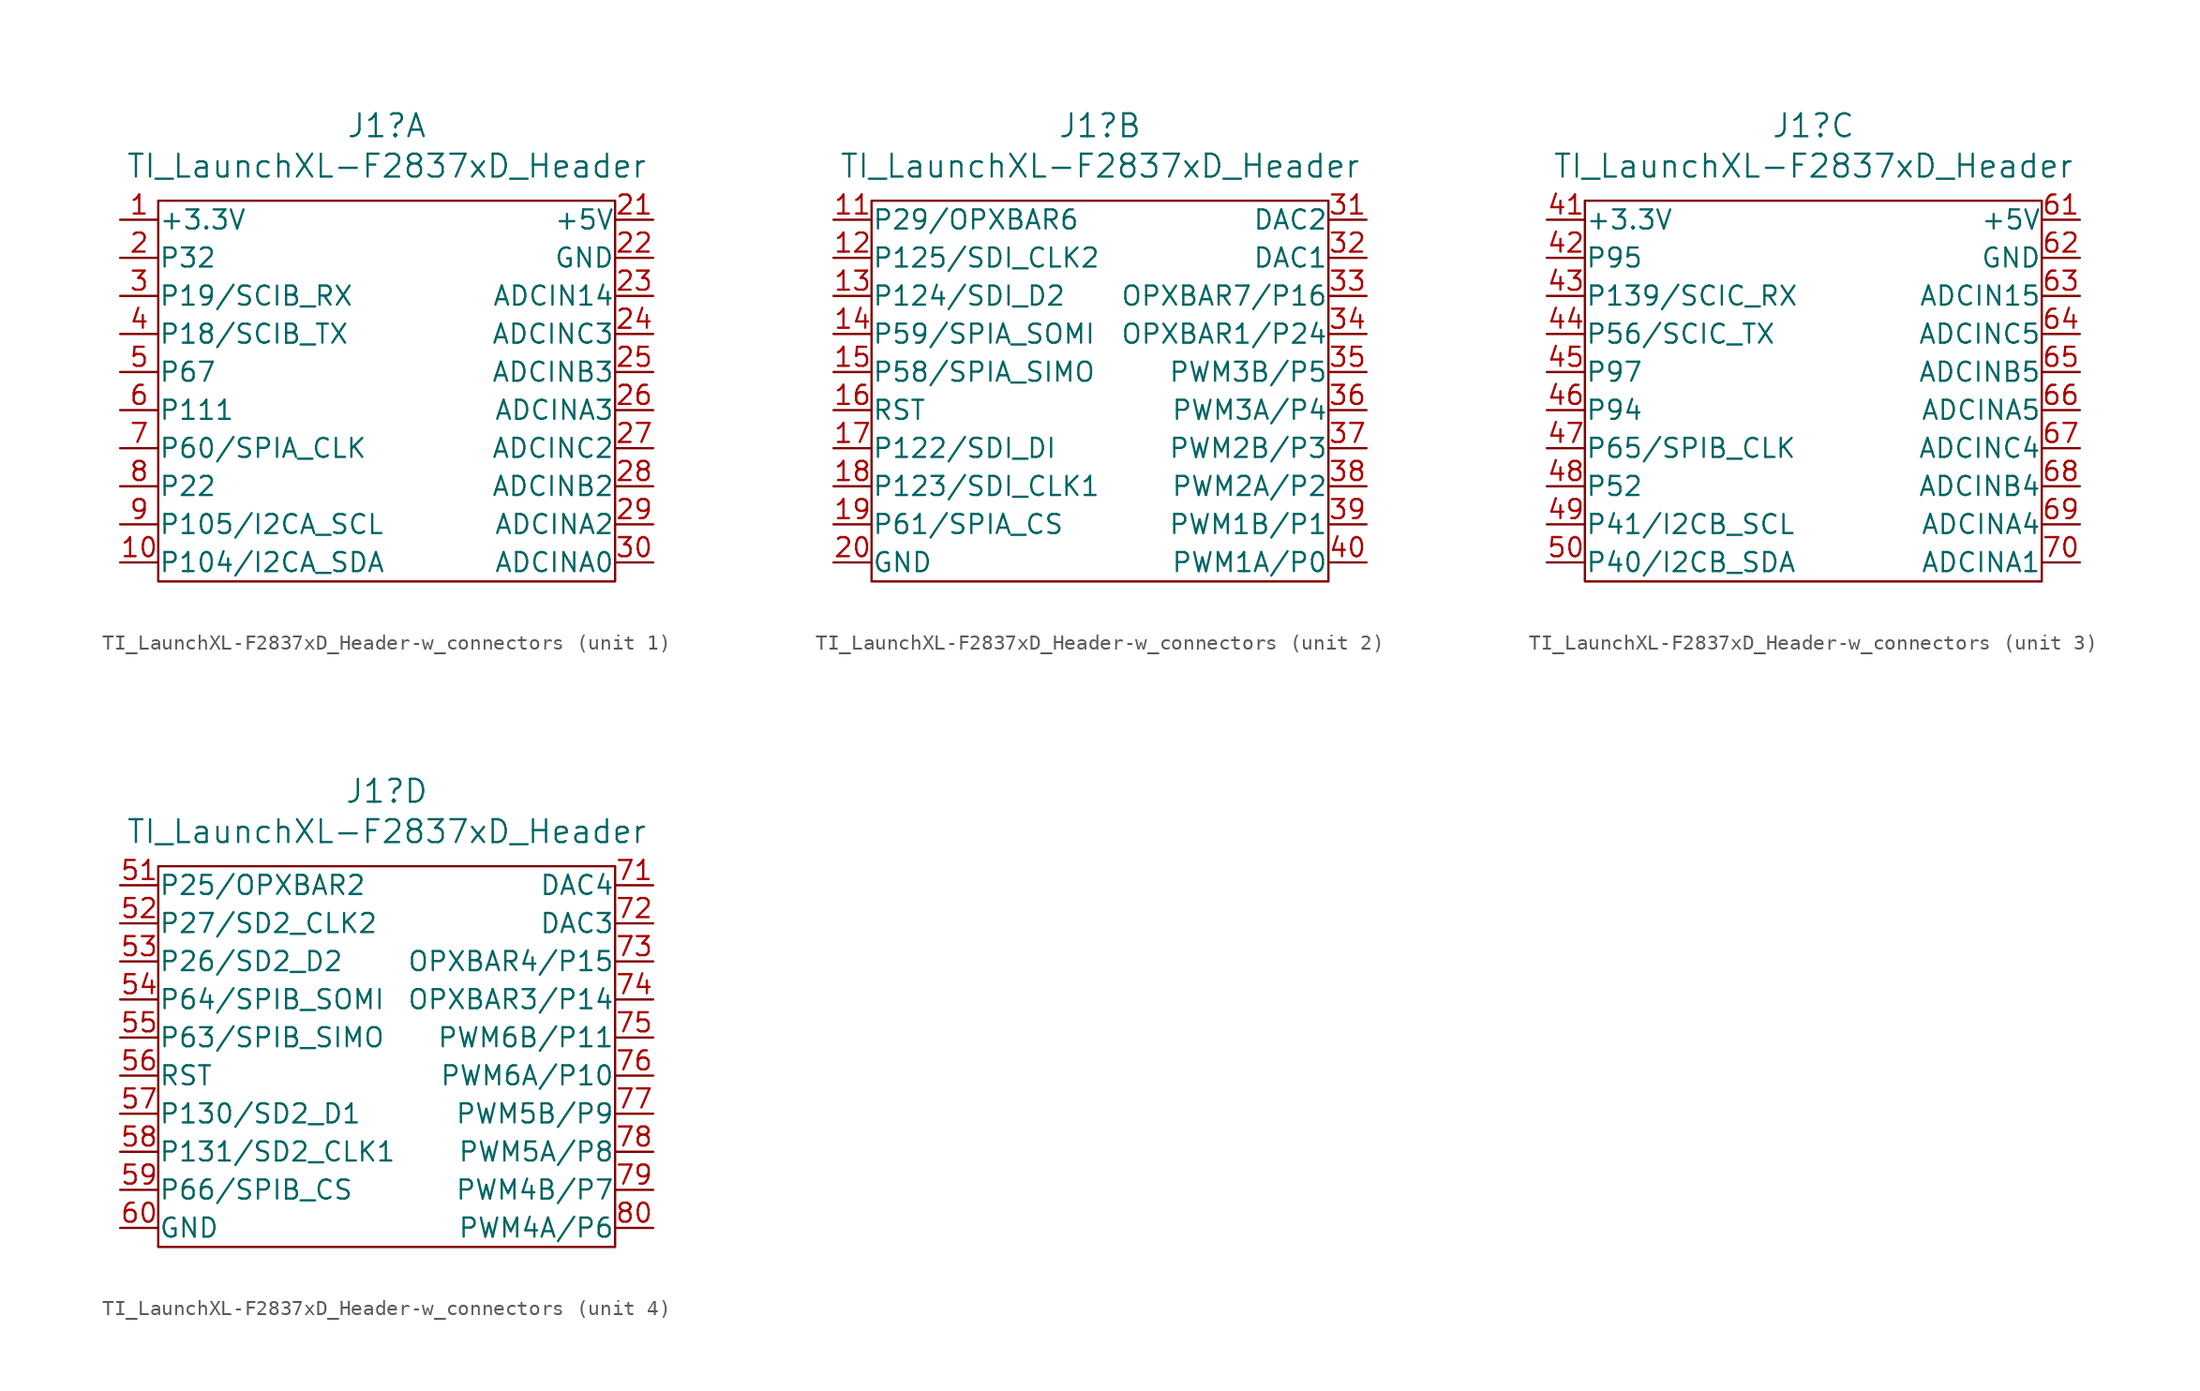
<source format=kicad_sym>
(kicad_symbol_lib
  (version 20220914)
  (generator kicad_symbol_editor)
  (symbol "TI_LaunchXL-F2837xD_Header-w_connectors"
    (pin_names
      (offset 0.025))
    (property "Reference" "J1"
      (at 0 17.704 0)
      (effects (font (size 1.524 1.524))))
    (property "Value" "TI_LaunchXL-F2837xD_Header"
      (at 0 15.011 0)
      (effects (font (size 1.524 1.524))))
    (property "Datasheet" ""
      (at 0 0 0)
      (effects (font (size 1.524 1.524))))
    (property "ki_locked" ""
      (at 0 0 0)
      (effects (font (size 1.27 1.27))))
    (symbol "TI_LaunchXL-F2837xD_Header-w_connectors_1_1"
      (rectangle (start 15.24 12.7) (end -15.24 -12.7) (stroke (width 0) (type solid)) (fill (type none)))
      (pin passive line (at -17.78 11.43 0) (length 2.54) (name "+3.3V" (effects (font (size 1.27 1.27)))) (number "1" (effects (font (size 1.27 1.27)))))
      (pin bidirectional line (at -17.78 -11.43 0) (length 2.54) (name "P104/I2CA_SDA" (effects (font (size 1.27 1.27)))) (number "10" (effects (font (size 1.27 1.27)))))
      (pin bidirectional line (at -17.78 8.89 0) (length 2.54) (name "P32" (effects (font (size 1.27 1.27)))) (number "2" (effects (font (size 1.27 1.27)))))
      (pin input line (at 17.78 11.43 180) (length 2.54) (name "+5V" (effects (font (size 1.27 1.27)))) (number "21" (effects (font (size 1.27 1.27)))))
      (pin input line (at 17.78 8.89 180) (length 2.54) (name "GND" (effects (font (size 1.27 1.27)))) (number "22" (effects (font (size 1.27 1.27)))))
      (pin input line (at 17.78 6.35 180) (length 2.54) (name "ADCIN14" (effects (font (size 1.27 1.27)))) (number "23" (effects (font (size 1.27 1.27)))))
      (pin input line (at 17.78 3.81 180) (length 2.54) (name "ADCINC3" (effects (font (size 1.27 1.27)))) (number "24" (effects (font (size 1.27 1.27)))))
      (pin input line (at 17.78 1.27 180) (length 2.54) (name "ADCINB3" (effects (font (size 1.27 1.27)))) (number "25" (effects (font (size 1.27 1.27)))))
      (pin input line (at 17.78 -1.27 180) (length 2.54) (name "ADCINA3" (effects (font (size 1.27 1.27)))) (number "26" (effects (font (size 1.27 1.27)))))
      (pin input line (at 17.78 -3.81 180) (length 2.54) (name "ADCINC2" (effects (font (size 1.27 1.27)))) (number "27" (effects (font (size 1.27 1.27)))))
      (pin input line (at 17.78 -6.35 180) (length 2.54) (name "ADCINB2" (effects (font (size 1.27 1.27)))) (number "28" (effects (font (size 1.27 1.27)))))
      (pin input line (at 17.78 -8.89 180) (length 2.54) (name "ADCINA2" (effects (font (size 1.27 1.27)))) (number "29" (effects (font (size 1.27 1.27)))))
      (pin bidirectional line (at -17.78 6.35 0) (length 2.54) (name "P19/SCIB_RX" (effects (font (size 1.27 1.27)))) (number "3" (effects (font (size 1.27 1.27)))))
      (pin input line (at 17.78 -11.43 180) (length 2.54) (name "ADCINA0" (effects (font (size 1.27 1.27)))) (number "30" (effects (font (size 1.27 1.27)))))
      (pin bidirectional line (at -17.78 3.81 0) (length 2.54) (name "P18/SCIB_TX" (effects (font (size 1.27 1.27)))) (number "4" (effects (font (size 1.27 1.27)))))
      (pin bidirectional line (at -17.78 1.27 0) (length 2.54) (name "P67" (effects (font (size 1.27 1.27)))) (number "5" (effects (font (size 1.27 1.27)))))
      (pin bidirectional line (at -17.78 -1.27 0) (length 2.54) (name "P111" (effects (font (size 1.27 1.27)))) (number "6" (effects (font (size 1.27 1.27)))))
      (pin bidirectional line (at -17.78 -3.81 0) (length 2.54) (name "P60/SPIA_CLK" (effects (font (size 1.27 1.27)))) (number "7" (effects (font (size 1.27 1.27)))))
      (pin bidirectional line (at -17.78 -6.35 0) (length 2.54) (name "P22" (effects (font (size 1.27 1.27)))) (number "8" (effects (font (size 1.27 1.27)))))
      (pin bidirectional line (at -17.78 -8.89 0) (length 2.54) (name "P105/I2CA_SCL" (effects (font (size 1.27 1.27)))) (number "9" (effects (font (size 1.27 1.27))))))
    (symbol "TI_LaunchXL-F2837xD_Header-w_connectors_2_1"
      (rectangle (start 15.24 12.7) (end -15.24 -12.7) (stroke (width 0) (type solid)) (fill (type none)))
      (pin passive line (at -17.78 11.43 0) (length 2.54) (name "P29/OPXBAR6" (effects (font (size 1.27 1.27)))) (number "11" (effects (font (size 1.27 1.27)))))
      (pin bidirectional line (at -17.78 8.89 0) (length 2.54) (name "P125/SDI_CLK2" (effects (font (size 1.27 1.27)))) (number "12" (effects (font (size 1.27 1.27)))))
      (pin bidirectional line (at -17.78 6.35 0) (length 2.54) (name "P124/SDI_D2" (effects (font (size 1.27 1.27)))) (number "13" (effects (font (size 1.27 1.27)))))
      (pin bidirectional line (at -17.78 3.81 0) (length 2.54) (name "P59/SPIA_SOMI" (effects (font (size 1.27 1.27)))) (number "14" (effects (font (size 1.27 1.27)))))
      (pin bidirectional line (at -17.78 1.27 0) (length 2.54) (name "P58/SPIA_SIMO" (effects (font (size 1.27 1.27)))) (number "15" (effects (font (size 1.27 1.27)))))
      (pin input line (at -17.78 -1.27 0) (length 2.54) (name "RST" (effects (font (size 1.27 1.27)))) (number "16" (effects (font (size 1.27 1.27)))))
      (pin bidirectional line (at -17.78 -3.81 0) (length 2.54) (name "P122/SDI_DI" (effects (font (size 1.27 1.27)))) (number "17" (effects (font (size 1.27 1.27)))))
      (pin bidirectional line (at -17.78 -6.35 0) (length 2.54) (name "P123/SDI_CLK1" (effects (font (size 1.27 1.27)))) (number "18" (effects (font (size 1.27 1.27)))))
      (pin bidirectional line (at -17.78 -8.89 0) (length 2.54) (name "P61/SPIA_CS" (effects (font (size 1.27 1.27)))) (number "19" (effects (font (size 1.27 1.27)))))
      (pin input line (at -17.78 -11.43 0) (length 2.54) (name "GND" (effects (font (size 1.27 1.27)))) (number "20" (effects (font (size 1.27 1.27)))))
      (pin output line (at 17.78 11.43 180) (length 2.54) (name "DAC2" (effects (font (size 1.27 1.27)))) (number "31" (effects (font (size 1.27 1.27)))))
      (pin output line (at 17.78 8.89 180) (length 2.54) (name "DAC1" (effects (font (size 1.27 1.27)))) (number "32" (effects (font (size 1.27 1.27)))))
      (pin bidirectional line (at 17.78 6.35 180) (length 2.54) (name "OPXBAR7/P16" (effects (font (size 1.27 1.27)))) (number "33" (effects (font (size 1.27 1.27)))))
      (pin bidirectional line (at 17.78 3.81 180) (length 2.54) (name "OPXBAR1/P24" (effects (font (size 1.27 1.27)))) (number "34" (effects (font (size 1.27 1.27)))))
      (pin bidirectional line (at 17.78 1.27 180) (length 2.54) (name "PWM3B/P5" (effects (font (size 1.27 1.27)))) (number "35" (effects (font (size 1.27 1.27)))))
      (pin bidirectional line (at 17.78 -1.27 180) (length 2.54) (name "PWM3A/P4" (effects (font (size 1.27 1.27)))) (number "36" (effects (font (size 1.27 1.27)))))
      (pin bidirectional line (at 17.78 -3.81 180) (length 2.54) (name "PWM2B/P3" (effects (font (size 1.27 1.27)))) (number "37" (effects (font (size 1.27 1.27)))))
      (pin bidirectional line (at 17.78 -6.35 180) (length 2.54) (name "PWM2A/P2" (effects (font (size 1.27 1.27)))) (number "38" (effects (font (size 1.27 1.27)))))
      (pin bidirectional line (at 17.78 -8.89 180) (length 2.54) (name "PWM1B/P1" (effects (font (size 1.27 1.27)))) (number "39" (effects (font (size 1.27 1.27)))))
      (pin bidirectional line (at 17.78 -11.43 180) (length 2.54) (name "PWM1A/P0" (effects (font (size 1.27 1.27)))) (number "40" (effects (font (size 1.27 1.27))))))
    (symbol "TI_LaunchXL-F2837xD_Header-w_connectors_3_1"
      (rectangle (start 15.24 12.7) (end -15.24 -12.7) (stroke (width 0) (type solid)) (fill (type none)))
      (pin passive line (at -17.78 11.43 0) (length 2.54) (name "+3.3V" (effects (font (size 1.27 1.27)))) (number "41" (effects (font (size 1.27 1.27)))))
      (pin bidirectional line (at -17.78 8.89 0) (length 2.54) (name "P95" (effects (font (size 1.27 1.27)))) (number "42" (effects (font (size 1.27 1.27)))))
      (pin bidirectional line (at -17.78 6.35 0) (length 2.54) (name "P139/SCIC_RX" (effects (font (size 1.27 1.27)))) (number "43" (effects (font (size 1.27 1.27)))))
      (pin bidirectional line (at -17.78 3.81 0) (length 2.54) (name "P56/SCIC_TX" (effects (font (size 1.27 1.27)))) (number "44" (effects (font (size 1.27 1.27)))))
      (pin bidirectional line (at -17.78 1.27 0) (length 2.54) (name "P97" (effects (font (size 1.27 1.27)))) (number "45" (effects (font (size 1.27 1.27)))))
      (pin bidirectional line (at -17.78 -1.27 0) (length 2.54) (name "P94" (effects (font (size 1.27 1.27)))) (number "46" (effects (font (size 1.27 1.27)))))
      (pin bidirectional line (at -17.78 -3.81 0) (length 2.54) (name "P65/SPIB_CLK" (effects (font (size 1.27 1.27)))) (number "47" (effects (font (size 1.27 1.27)))))
      (pin bidirectional line (at -17.78 -6.35 0) (length 2.54) (name "P52" (effects (font (size 1.27 1.27)))) (number "48" (effects (font (size 1.27 1.27)))))
      (pin bidirectional line (at -17.78 -8.89 0) (length 2.54) (name "P41/I2CB_SCL" (effects (font (size 1.27 1.27)))) (number "49" (effects (font (size 1.27 1.27)))))
      (pin bidirectional line (at -17.78 -11.43 0) (length 2.54) (name "P40/I2CB_SDA" (effects (font (size 1.27 1.27)))) (number "50" (effects (font (size 1.27 1.27)))))
      (pin input line (at 17.78 11.43 180) (length 2.54) (name "+5V" (effects (font (size 1.27 1.27)))) (number "61" (effects (font (size 1.27 1.27)))))
      (pin input line (at 17.78 8.89 180) (length 2.54) (name "GND" (effects (font (size 1.27 1.27)))) (number "62" (effects (font (size 1.27 1.27)))))
      (pin input line (at 17.78 6.35 180) (length 2.54) (name "ADCIN15" (effects (font (size 1.27 1.27)))) (number "63" (effects (font (size 1.27 1.27)))))
      (pin input line (at 17.78 3.81 180) (length 2.54) (name "ADCINC5" (effects (font (size 1.27 1.27)))) (number "64" (effects (font (size 1.27 1.27)))))
      (pin input line (at 17.78 1.27 180) (length 2.54) (name "ADCINB5" (effects (font (size 1.27 1.27)))) (number "65" (effects (font (size 1.27 1.27)))))
      (pin input line (at 17.78 -1.27 180) (length 2.54) (name "ADCINA5" (effects (font (size 1.27 1.27)))) (number "66" (effects (font (size 1.27 1.27)))))
      (pin input line (at 17.78 -3.81 180) (length 2.54) (name "ADCINC4" (effects (font (size 1.27 1.27)))) (number "67" (effects (font (size 1.27 1.27)))))
      (pin input line (at 17.78 -6.35 180) (length 2.54) (name "ADCINB4" (effects (font (size 1.27 1.27)))) (number "68" (effects (font (size 1.27 1.27)))))
      (pin input line (at 17.78 -8.89 180) (length 2.54) (name "ADCINA4" (effects (font (size 1.27 1.27)))) (number "69" (effects (font (size 1.27 1.27)))))
      (pin input line (at 17.78 -11.43 180) (length 2.54) (name "ADCINA1" (effects (font (size 1.27 1.27)))) (number "70" (effects (font (size 1.27 1.27))))))
    (symbol "TI_LaunchXL-F2837xD_Header-w_connectors_4_1"
      (rectangle (start 15.24 12.7) (end -15.24 -12.7) (stroke (width 0) (type solid)) (fill (type none)))
      (pin passive line (at -17.78 11.43 0) (length 2.54) (name "P25/OPXBAR2" (effects (font (size 1.27 1.27)))) (number "51" (effects (font (size 1.27 1.27)))))
      (pin bidirectional line (at -17.78 8.89 0) (length 2.54) (name "P27/SD2_CLK2" (effects (font (size 1.27 1.27)))) (number "52" (effects (font (size 1.27 1.27)))))
      (pin bidirectional line (at -17.78 6.35 0) (length 2.54) (name "P26/SD2_D2" (effects (font (size 1.27 1.27)))) (number "53" (effects (font (size 1.27 1.27)))))
      (pin bidirectional line (at -17.78 3.81 0) (length 2.54) (name "P64/SPIB_SOMI" (effects (font (size 1.27 1.27)))) (number "54" (effects (font (size 1.27 1.27)))))
      (pin bidirectional line (at -17.78 1.27 0) (length 2.54) (name "P63/SPIB_SIMO" (effects (font (size 1.27 1.27)))) (number "55" (effects (font (size 1.27 1.27)))))
      (pin input line (at -17.78 -1.27 0) (length 2.54) (name "RST" (effects (font (size 1.27 1.27)))) (number "56" (effects (font (size 1.27 1.27)))))
      (pin bidirectional line (at -17.78 -3.81 0) (length 2.54) (name "P130/SD2_D1" (effects (font (size 1.27 1.27)))) (number "57" (effects (font (size 1.27 1.27)))))
      (pin bidirectional line (at -17.78 -6.35 0) (length 2.54) (name "P131/SD2_CLK1" (effects (font (size 1.27 1.27)))) (number "58" (effects (font (size 1.27 1.27)))))
      (pin bidirectional line (at -17.78 -8.89 0) (length 2.54) (name "P66/SPIB_CS" (effects (font (size 1.27 1.27)))) (number "59" (effects (font (size 1.27 1.27)))))
      (pin input line (at -17.78 -11.43 0) (length 2.54) (name "GND" (effects (font (size 1.27 1.27)))) (number "60" (effects (font (size 1.27 1.27)))))
      (pin output line (at 17.78 11.43 180) (length 2.54) (name "DAC4" (effects (font (size 1.27 1.27)))) (number "71" (effects (font (size 1.27 1.27)))))
      (pin output line (at 17.78 8.89 180) (length 2.54) (name "DAC3" (effects (font (size 1.27 1.27)))) (number "72" (effects (font (size 1.27 1.27)))))
      (pin bidirectional line (at 17.78 6.35 180) (length 2.54) (name "OPXBAR4/P15" (effects (font (size 1.27 1.27)))) (number "73" (effects (font (size 1.27 1.27)))))
      (pin bidirectional line (at 17.78 3.81 180) (length 2.54) (name "OPXBAR3/P14" (effects (font (size 1.27 1.27)))) (number "74" (effects (font (size 1.27 1.27)))))
      (pin bidirectional line (at 17.78 1.27 180) (length 2.54) (name "PWM6B/P11" (effects (font (size 1.27 1.27)))) (number "75" (effects (font (size 1.27 1.27)))))
      (pin bidirectional line (at 17.78 -1.27 180) (length 2.54) (name "PWM6A/P10" (effects (font (size 1.27 1.27)))) (number "76" (effects (font (size 1.27 1.27)))))
      (pin bidirectional line (at 17.78 -3.81 180) (length 2.54) (name "PWM5B/P9" (effects (font (size 1.27 1.27)))) (number "77" (effects (font (size 1.27 1.27)))))
      (pin bidirectional line (at 17.78 -6.35 180) (length 2.54) (name "PWM5A/P8" (effects (font (size 1.27 1.27)))) (number "78" (effects (font (size 1.27 1.27)))))
      (pin bidirectional line (at 17.78 -8.89 180) (length 2.54) (name "PWM4B/P7" (effects (font (size 1.27 1.27)))) (number "79" (effects (font (size 1.27 1.27)))))
      (pin bidirectional line (at 17.78 -11.43 180) (length 2.54) (name "PWM4A/P6" (effects (font (size 1.27 1.27)))) (number "80" (effects (font (size 1.27 1.27))))))))
</source>
